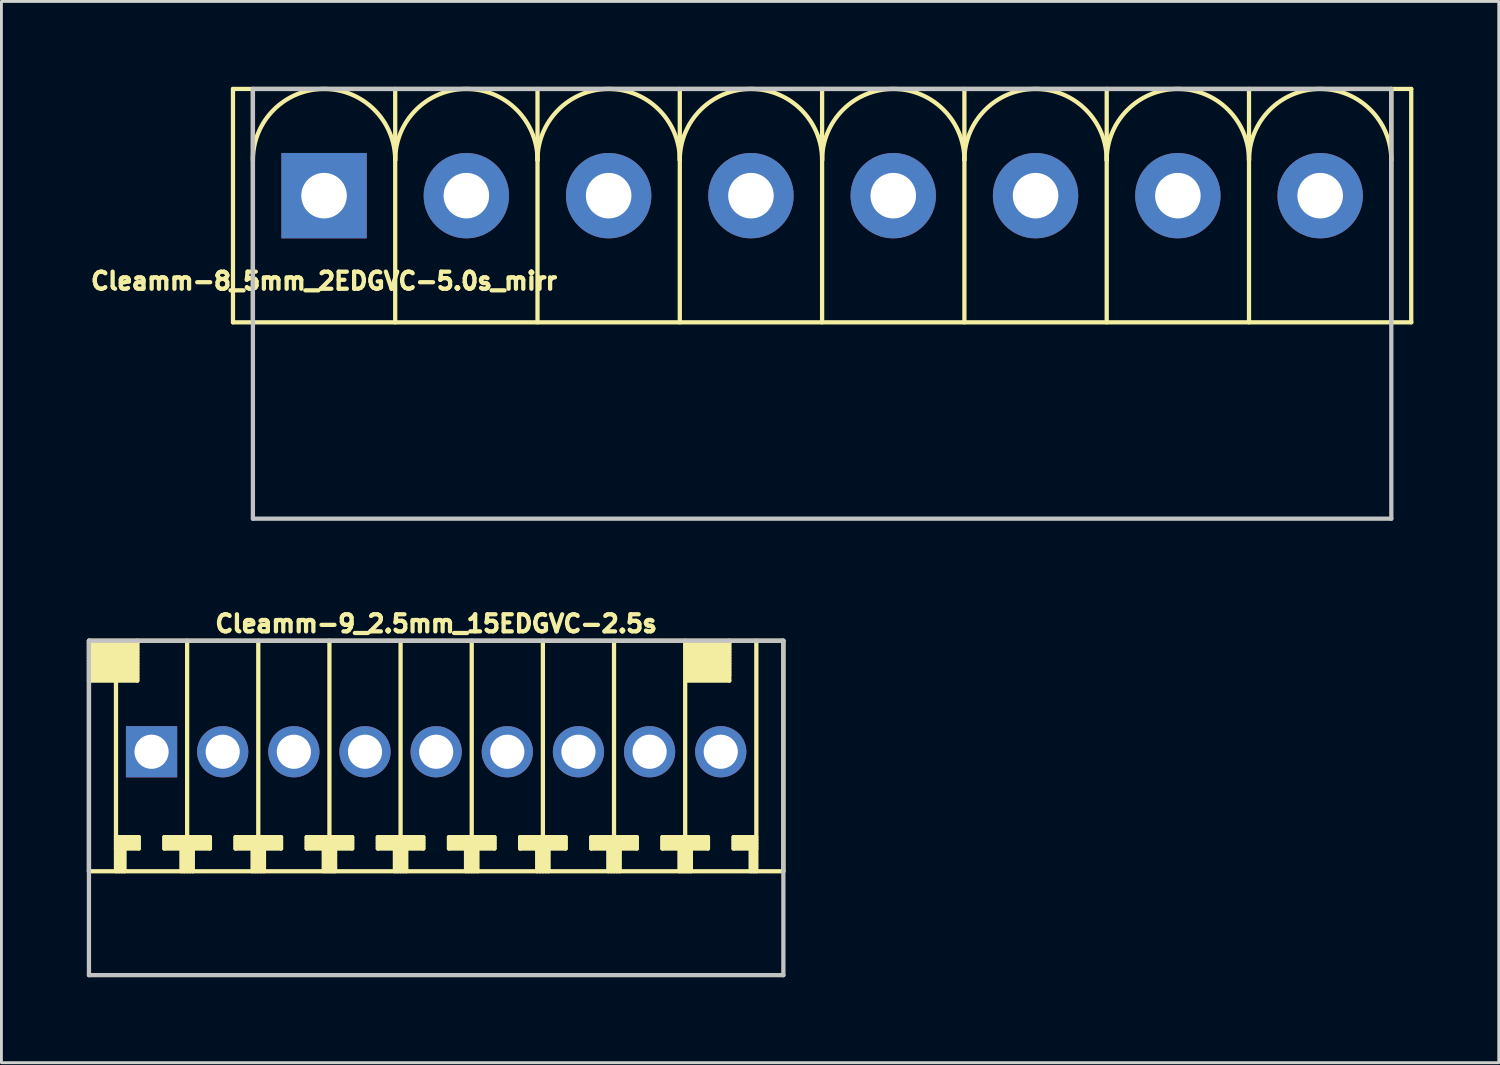
<source format=kicad_pcb>
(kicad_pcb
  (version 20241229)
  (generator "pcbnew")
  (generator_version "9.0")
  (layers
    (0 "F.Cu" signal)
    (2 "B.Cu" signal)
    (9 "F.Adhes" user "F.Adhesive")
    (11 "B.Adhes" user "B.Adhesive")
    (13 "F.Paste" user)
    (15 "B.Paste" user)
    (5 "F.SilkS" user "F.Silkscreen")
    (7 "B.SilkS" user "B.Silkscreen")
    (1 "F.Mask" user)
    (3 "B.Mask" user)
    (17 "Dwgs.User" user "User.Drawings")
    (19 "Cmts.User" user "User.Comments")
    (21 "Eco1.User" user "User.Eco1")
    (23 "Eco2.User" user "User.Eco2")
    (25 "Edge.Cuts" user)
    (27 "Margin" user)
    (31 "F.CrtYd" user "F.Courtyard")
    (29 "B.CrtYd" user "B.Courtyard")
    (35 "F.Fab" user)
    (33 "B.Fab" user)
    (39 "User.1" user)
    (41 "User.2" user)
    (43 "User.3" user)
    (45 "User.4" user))
  (footprint "Cleamm-8_5mm_2EDGVC-5.0s_mirr"
    (layer "F.Cu")
    (at 25.836 3.825)
    (property "Reference" "Cleamm-8_5mm_2EDGVC-5.0s_mirr" (at -17.5 3 0) (layer "F.SilkS") (effects (font (size 0.6 0.6) (thickness 0.15))))
    (attr through_hole)
    (fp_line (start -20.7 -3.75) (end -20.7 4.45) (stroke (width 0.15) (type solid)) (layer "F.SilkS"))
    (fp_line (start -20 4.45) (end -20 -3.75) (stroke (width 0.15) (type solid)) (layer "F.SilkS"))
    (fp_line (start -15 -3.75) (end -15 4.45) (stroke (width 0.15) (type solid)) (layer "F.SilkS"))
    (fp_line (start -10 -3.75) (end -10 4.45) (stroke (width 0.15) (type solid)) (layer "F.SilkS"))
    (fp_line (start -5 4.45) (end -5 -3.75) (stroke (width 0.15) (type solid)) (layer "F.SilkS"))
    (fp_line (start 0 -3.75) (end 0 4.45) (stroke (width 0.15) (type solid)) (layer "F.SilkS"))
    (fp_line (start 5 4.45) (end 5 -3.75) (stroke (width 0.15) (type solid)) (layer "F.SilkS"))
    (fp_line (start 10 4.45) (end 10 -3.75) (stroke (width 0.15) (type solid)) (layer "F.SilkS"))
    (fp_line (start 15 4.45) (end 15 -3.75) (stroke (width 0.15) (type solid)) (layer "F.SilkS"))
    (fp_line (start 20 4.45) (end 20 -3.75) (stroke (width 0.15) (type solid)) (layer "F.SilkS"))
    (fp_line (start 20.7 -3.75) (end -20.7 -3.75) (stroke (width 0.15) (type solid)) (layer "F.SilkS"))
    (fp_line (start 20.7 -3.75) (end 20.7 4.45) (stroke (width 0.15) (type solid)) (layer "F.SilkS"))
    (fp_line (start 20.7 4.45) (end -20.7 4.45) (stroke (width 0.15) (type solid)) (layer "F.SilkS"))
    (fp_arc (start -20 -1.25) (mid -17.5 -3.75) (end -15 -1.25) (stroke (width 0.15) (type solid)) (layer "F.SilkS"))
    (fp_arc (start -15 -1.25) (mid -12.5 -3.75) (end -10 -1.25) (stroke (width 0.15) (type solid)) (layer "F.SilkS"))
    (fp_arc (start -10 -1.25) (mid -7.5 -3.75) (end -5 -1.25) (stroke (width 0.15) (type solid)) (layer "F.SilkS"))
    (fp_arc (start -5 -1.25) (mid -2.5 -3.75) (end 0 -1.25) (stroke (width 0.15) (type solid)) (layer "F.SilkS"))
    (fp_arc (start 0 -1.25) (mid 2.5 -3.75) (end 5 -1.25) (stroke (width 0.15) (type solid)) (layer "F.SilkS"))
    (fp_arc (start 5 -1.25) (mid 7.5 -3.75) (end 10 -1.25) (stroke (width 0.15) (type solid)) (layer "F.SilkS"))
    (fp_arc (start 10 -1.25) (mid 12.5 -3.75) (end 15 -1.25) (stroke (width 0.15) (type solid)) (layer "F.SilkS"))
    (fp_arc (start 15 -1.25) (mid 17.5 -3.75) (end 20 -1.25) (stroke (width 0.15) (type solid)) (layer "F.SilkS"))
    (fp_line (start -20 -3.75) (end -20 11.35) (stroke (width 0.15) (type solid)) (layer "Dwgs.User"))
    (fp_line (start -20 -3.75) (end 20 -3.75) (stroke (width 0.15) (type solid)) (layer "Dwgs.User"))
    (fp_line (start 20 11.35) (end -20 11.35) (stroke (width 0.15) (type solid)) (layer "Dwgs.User"))
    (fp_line (start 20 11.35) (end 20 -3.75) (stroke (width 0.15) (type solid)) (layer "Dwgs.User"))
    (pad "1" thru_hole rect (at -17.5 0) (size 3 3) (drill 1.6) (layers "*.Cu" "*.Mask"))
    (pad "2" thru_hole circle (at -12.5 0) (size 3 3) (drill 1.6) (layers "*.Cu" "*.Mask"))
    (pad "3" thru_hole circle (at -7.5 0) (size 3 3) (drill 1.6) (layers "*.Cu" "*.Mask"))
    (pad "4" thru_hole circle (at -2.5 0) (size 3 3) (drill 1.6) (layers "*.Cu" "*.Mask"))
    (pad "5" thru_hole circle (at 2.5 0) (size 3 3) (drill 1.6) (layers "*.Cu" "*.Mask"))
    (pad "6" thru_hole circle (at 7.5 0) (size 3 3) (drill 1.6) (layers "*.Cu" "*.Mask"))
    (pad "7" thru_hole circle (at 12.5 0) (size 3 3) (drill 1.6) (layers "*.Cu" "*.Mask"))
    (pad "8" thru_hole circle (at 17.5 0) (size 3 3) (drill 1.6) (layers "*.Cu" "*.Mask")))
  (footprint "Cleamm-9_2.5mm_15EDGVC-2.5s"
    (layer "F.Cu")
    (at 12.275 23.364)
    (property "Reference" "Cleamm-9_2.5mm_15EDGVC-2.5s" (at 0 -4.5 0) (layer "F.SilkS") (effects (font (size 0.6 0.6) (thickness 0.15))))
    (attr through_hole)
    (fp_line (start -12.2 -3.9) (end -12.2 4.2) (stroke (width 0.15) (type solid)) (layer "F.SilkS"))
    (fp_line (start -12.2 -3.8) (end -10.5 -3.8) (stroke (width 0.15) (type solid)) (layer "F.SilkS"))
    (fp_line (start -12.2 -3.6) (end -10.5 -3.6) (stroke (width 0.15) (type solid)) (layer "F.SilkS"))
    (fp_line (start -12.2 -3.4) (end -10.5 -3.4) (stroke (width 0.15) (type solid)) (layer "F.SilkS"))
    (fp_line (start -12.2 -3.2) (end -10.5 -3.2) (stroke (width 0.15) (type solid)) (layer "F.SilkS"))
    (fp_line (start -12.2 -3) (end -10.5 -3) (stroke (width 0.15) (type solid)) (layer "F.SilkS"))
    (fp_line (start -12.2 -2.8) (end -10.5 -2.8) (stroke (width 0.15) (type solid)) (layer "F.SilkS"))
    (fp_line (start -12.2 -2.5) (end -10.5 -2.5) (stroke (width 0.15) (type solid)) (layer "F.SilkS"))
    (fp_line (start -11.25 -2.5) (end -11.25 4.2) (stroke (width 0.15) (type solid)) (layer "F.SilkS"))
    (fp_line (start -11.25 3.2) (end -10.45 3.2) (stroke (width 0.15) (type solid)) (layer "F.SilkS"))
    (fp_line (start -11.25 3.3) (end -10.45 3.3) (stroke (width 0.15) (type solid)) (layer "F.SilkS"))
    (fp_line (start -11.25 3.4) (end -10.45 3.4) (stroke (width 0.15) (type solid)) (layer "F.SilkS"))
    (fp_line (start -11.15 4.2) (end -11.15 3.4) (stroke (width 0.15) (type solid)) (layer "F.SilkS"))
    (fp_line (start -11.05 3.4) (end -11.05 4.2) (stroke (width 0.15) (type solid)) (layer "F.SilkS"))
    (fp_line (start -10.95 4.2) (end -10.95 3.4) (stroke (width 0.15) (type solid)) (layer "F.SilkS"))
    (fp_line (start -10.5 -3.7) (end -12.2 -3.7) (stroke (width 0.15) (type solid)) (layer "F.SilkS"))
    (fp_line (start -10.5 -3.5) (end -12.2 -3.5) (stroke (width 0.15) (type solid)) (layer "F.SilkS"))
    (fp_line (start -10.5 -3.3) (end -12.2 -3.3) (stroke (width 0.15) (type solid)) (layer "F.SilkS"))
    (fp_line (start -10.5 -3.1) (end -12.2 -3.1) (stroke (width 0.15) (type solid)) (layer "F.SilkS"))
    (fp_line (start -10.5 -2.9) (end -12.2 -2.9) (stroke (width 0.15) (type solid)) (layer "F.SilkS"))
    (fp_line (start -10.5 -2.7) (end -12.2 -2.7) (stroke (width 0.15) (type solid)) (layer "F.SilkS"))
    (fp_line (start -10.5 -2.6) (end -12.2 -2.6) (stroke (width 0.15) (type solid)) (layer "F.SilkS"))
    (fp_line (start -10.5 -2.5) (end -10.5 -3.9) (stroke (width 0.15) (type solid)) (layer "F.SilkS"))
    (fp_line (start -10.45 3) (end -11.25 3) (stroke (width 0.15) (type solid)) (layer "F.SilkS"))
    (fp_line (start -10.45 3.1) (end -11.25 3.1) (stroke (width 0.15) (type solid)) (layer "F.SilkS"))
    (fp_line (start -10.45 3.4) (end -10.45 3) (stroke (width 0.15) (type solid)) (layer "F.SilkS"))
    (fp_line (start -9.55 3) (end -9.55 3.4) (stroke (width 0.15) (type solid)) (layer "F.SilkS"))
    (fp_line (start -9.55 3.2) (end -7.95 3.2) (stroke (width 0.15) (type solid)) (layer "F.SilkS"))
    (fp_line (start -9.55 3.4) (end -8.95 3.4) (stroke (width 0.15) (type solid)) (layer "F.SilkS"))
    (fp_line (start -8.95 4.2) (end -8.95 3.4) (stroke (width 0.15) (type solid)) (layer "F.SilkS"))
    (fp_line (start -8.85 4.2) (end -8.85 3.4) (stroke (width 0.15) (type solid)) (layer "F.SilkS"))
    (fp_line (start -8.75 4.2) (end -8.75 -3.9) (stroke (width 0.15) (type solid)) (layer "F.SilkS"))
    (fp_line (start -8.65 4.2) (end -8.65 3.4) (stroke (width 0.15) (type solid)) (layer "F.SilkS"))
    (fp_line (start -8.55 3.4) (end -7.95 3.4) (stroke (width 0.15) (type solid)) (layer "F.SilkS"))
    (fp_line (start -8.55 4.2) (end -8.55 3.4) (stroke (width 0.15) (type solid)) (layer "F.SilkS"))
    (fp_line (start -7.95 3) (end -9.55 3) (stroke (width 0.15) (type solid)) (layer "F.SilkS"))
    (fp_line (start -7.95 3.1) (end -9.55 3.1) (stroke (width 0.15) (type solid)) (layer "F.SilkS"))
    (fp_line (start -7.95 3.3) (end -9.55 3.3) (stroke (width 0.15) (type solid)) (layer "F.SilkS"))
    (fp_line (start -7.95 3.4) (end -7.95 3) (stroke (width 0.15) (type solid)) (layer "F.SilkS"))
    (fp_line (start -7.05 3) (end -7.05 3.4) (stroke (width 0.15) (type solid)) (layer "F.SilkS"))
    (fp_line (start -7.05 3.2) (end -5.45 3.2) (stroke (width 0.15) (type solid)) (layer "F.SilkS"))
    (fp_line (start -7.05 3.4) (end -6.45 3.4) (stroke (width 0.15) (type solid)) (layer "F.SilkS"))
    (fp_line (start -6.45 4.2) (end -6.45 3.4) (stroke (width 0.15) (type solid)) (layer "F.SilkS"))
    (fp_line (start -6.35 4.2) (end -6.35 3.4) (stroke (width 0.15) (type solid)) (layer "F.SilkS"))
    (fp_line (start -6.25 -3.9) (end -6.25 4.2) (stroke (width 0.15) (type solid)) (layer "F.SilkS"))
    (fp_line (start -6.15 4.2) (end -6.15 3.4) (stroke (width 0.15) (type solid)) (layer "F.SilkS"))
    (fp_line (start -6.05 3.4) (end -5.45 3.4) (stroke (width 0.15) (type solid)) (layer "F.SilkS"))
    (fp_line (start -6.05 4.2) (end -6.05 3.4) (stroke (width 0.15) (type solid)) (layer "F.SilkS"))
    (fp_line (start -5.45 3) (end -7.05 3) (stroke (width 0.15) (type solid)) (layer "F.SilkS"))
    (fp_line (start -5.45 3.1) (end -7.05 3.1) (stroke (width 0.15) (type solid)) (layer "F.SilkS"))
    (fp_line (start -5.45 3.3) (end -7.05 3.3) (stroke (width 0.15) (type solid)) (layer "F.SilkS"))
    (fp_line (start -5.45 3.4) (end -5.45 3) (stroke (width 0.15) (type solid)) (layer "F.SilkS"))
    (fp_line (start -4.55 3) (end -4.55 3.4) (stroke (width 0.15) (type solid)) (layer "F.SilkS"))
    (fp_line (start -4.55 3.2) (end -2.95 3.2) (stroke (width 0.15) (type solid)) (layer "F.SilkS"))
    (fp_line (start -4.55 3.4) (end -3.95 3.4) (stroke (width 0.15) (type solid)) (layer "F.SilkS"))
    (fp_line (start -3.95 4.2) (end -3.95 3.4) (stroke (width 0.15) (type solid)) (layer "F.SilkS"))
    (fp_line (start -3.85 4.2) (end -3.85 3.4) (stroke (width 0.15) (type solid)) (layer "F.SilkS"))
    (fp_line (start -3.75 -3.9) (end -3.75 4.2) (stroke (width 0.15) (type solid)) (layer "F.SilkS"))
    (fp_line (start -3.65 4.2) (end -3.65 3.4) (stroke (width 0.15) (type solid)) (layer "F.SilkS"))
    (fp_line (start -3.55 3.4) (end -2.95 3.4) (stroke (width 0.15) (type solid)) (layer "F.SilkS"))
    (fp_line (start -3.55 4.2) (end -3.55 3.4) (stroke (width 0.15) (type solid)) (layer "F.SilkS"))
    (fp_line (start -2.95 3) (end -4.55 3) (stroke (width 0.15) (type solid)) (layer "F.SilkS"))
    (fp_line (start -2.95 3.1) (end -4.55 3.1) (stroke (width 0.15) (type solid)) (layer "F.SilkS"))
    (fp_line (start -2.95 3.3) (end -4.55 3.3) (stroke (width 0.15) (type solid)) (layer "F.SilkS"))
    (fp_line (start -2.95 3.4) (end -2.95 3) (stroke (width 0.15) (type solid)) (layer "F.SilkS"))
    (fp_line (start -2.05 3) (end -2.05 3.4) (stroke (width 0.15) (type solid)) (layer "F.SilkS"))
    (fp_line (start -2.05 3.2) (end -0.45 3.2) (stroke (width 0.15) (type solid)) (layer "F.SilkS"))
    (fp_line (start -2.05 3.4) (end -1.45 3.4) (stroke (width 0.15) (type solid)) (layer "F.SilkS"))
    (fp_line (start -1.45 4.2) (end -1.45 3.4) (stroke (width 0.15) (type solid)) (layer "F.SilkS"))
    (fp_line (start -1.35 4.2) (end -1.35 3.4) (stroke (width 0.15) (type solid)) (layer "F.SilkS"))
    (fp_line (start -1.25 4.2) (end -1.25 -3.9) (stroke (width 0.15) (type solid)) (layer "F.SilkS"))
    (fp_line (start -1.15 4.2) (end -1.15 3.4) (stroke (width 0.15) (type solid)) (layer "F.SilkS"))
    (fp_line (start -1.05 3.4) (end -0.45 3.4) (stroke (width 0.15) (type solid)) (layer "F.SilkS"))
    (fp_line (start -1.05 4.2) (end -1.05 3.4) (stroke (width 0.15) (type solid)) (layer "F.SilkS"))
    (fp_line (start -0.45 3) (end -2.05 3) (stroke (width 0.15) (type solid)) (layer "F.SilkS"))
    (fp_line (start -0.45 3.1) (end -2.05 3.1) (stroke (width 0.15) (type solid)) (layer "F.SilkS"))
    (fp_line (start -0.45 3.3) (end -2.05 3.3) (stroke (width 0.15) (type solid)) (layer "F.SilkS"))
    (fp_line (start -0.45 3.4) (end -0.45 3) (stroke (width 0.15) (type solid)) (layer "F.SilkS"))
    (fp_line (start 0.45 3) (end 0.45 3.4) (stroke (width 0.15) (type solid)) (layer "F.SilkS"))
    (fp_line (start 0.45 3.2) (end 2.05 3.2) (stroke (width 0.15) (type solid)) (layer "F.SilkS"))
    (fp_line (start 0.45 3.4) (end 1.05 3.4) (stroke (width 0.15) (type solid)) (layer "F.SilkS"))
    (fp_line (start 1.05 4.2) (end 1.05 3.4) (stroke (width 0.15) (type solid)) (layer "F.SilkS"))
    (fp_line (start 1.15 4.2) (end 1.15 3.4) (stroke (width 0.15) (type solid)) (layer "F.SilkS"))
    (fp_line (start 1.25 4.2) (end 1.25 -3.9) (stroke (width 0.15) (type solid)) (layer "F.SilkS"))
    (fp_line (start 1.35 4.2) (end 1.35 3.4) (stroke (width 0.15) (type solid)) (layer "F.SilkS"))
    (fp_line (start 1.45 3.4) (end 2.05 3.4) (stroke (width 0.15) (type solid)) (layer "F.SilkS"))
    (fp_line (start 1.45 4.2) (end 1.45 3.4) (stroke (width 0.15) (type solid)) (layer "F.SilkS"))
    (fp_line (start 2.05 3) (end 0.45 3) (stroke (width 0.15) (type solid)) (layer "F.SilkS"))
    (fp_line (start 2.05 3.1) (end 0.45 3.1) (stroke (width 0.15) (type solid)) (layer "F.SilkS"))
    (fp_line (start 2.05 3.3) (end 0.45 3.3) (stroke (width 0.15) (type solid)) (layer "F.SilkS"))
    (fp_line (start 2.05 3.4) (end 2.05 3) (stroke (width 0.15) (type solid)) (layer "F.SilkS"))
    (fp_line (start 2.95 3) (end 2.95 3.4) (stroke (width 0.15) (type solid)) (layer "F.SilkS"))
    (fp_line (start 2.95 3.2) (end 4.55 3.2) (stroke (width 0.15) (type solid)) (layer "F.SilkS"))
    (fp_line (start 2.95 3.4) (end 3.55 3.4) (stroke (width 0.15) (type solid)) (layer "F.SilkS"))
    (fp_line (start 3.55 4.2) (end 3.55 3.4) (stroke (width 0.15) (type solid)) (layer "F.SilkS"))
    (fp_line (start 3.65 4.2) (end 3.65 3.4) (stroke (width 0.15) (type solid)) (layer "F.SilkS"))
    (fp_line (start 3.75 4.2) (end 3.75 -3.9) (stroke (width 0.15) (type solid)) (layer "F.SilkS"))
    (fp_line (start 3.85 4.2) (end 3.85 3.4) (stroke (width 0.15) (type solid)) (layer "F.SilkS"))
    (fp_line (start 3.95 3.4) (end 4.55 3.4) (stroke (width 0.15) (type solid)) (layer "F.SilkS"))
    (fp_line (start 3.95 4.2) (end 3.95 3.4) (stroke (width 0.15) (type solid)) (layer "F.SilkS"))
    (fp_line (start 4.55 3) (end 2.95 3) (stroke (width 0.15) (type solid)) (layer "F.SilkS"))
    (fp_line (start 4.55 3.1) (end 2.95 3.1) (stroke (width 0.15) (type solid)) (layer "F.SilkS"))
    (fp_line (start 4.55 3.3) (end 2.95 3.3) (stroke (width 0.15) (type solid)) (layer "F.SilkS"))
    (fp_line (start 4.55 3.4) (end 4.55 3) (stroke (width 0.15) (type solid)) (layer "F.SilkS"))
    (fp_line (start 5.45 3) (end 5.45 3.4) (stroke (width 0.15) (type solid)) (layer "F.SilkS"))
    (fp_line (start 5.45 3.2) (end 7.05 3.2) (stroke (width 0.15) (type solid)) (layer "F.SilkS"))
    (fp_line (start 5.45 3.4) (end 6.05 3.4) (stroke (width 0.15) (type solid)) (layer "F.SilkS"))
    (fp_line (start 6.05 4.2) (end 6.05 3.4) (stroke (width 0.15) (type solid)) (layer "F.SilkS"))
    (fp_line (start 6.15 4.2) (end 6.15 3.4) (stroke (width 0.15) (type solid)) (layer "F.SilkS"))
    (fp_line (start 6.25 4.2) (end 6.25 -3.9) (stroke (width 0.15) (type solid)) (layer "F.SilkS"))
    (fp_line (start 6.35 4.2) (end 6.35 3.4) (stroke (width 0.15) (type solid)) (layer "F.SilkS"))
    (fp_line (start 6.45 3.4) (end 7.05 3.4) (stroke (width 0.15) (type solid)) (layer "F.SilkS"))
    (fp_line (start 6.45 4.2) (end 6.45 3.4) (stroke (width 0.15) (type solid)) (layer "F.SilkS"))
    (fp_line (start 7.05 3) (end 5.45 3) (stroke (width 0.15) (type solid)) (layer "F.SilkS"))
    (fp_line (start 7.05 3.1) (end 5.45 3.1) (stroke (width 0.15) (type solid)) (layer "F.SilkS"))
    (fp_line (start 7.05 3.3) (end 5.45 3.3) (stroke (width 0.15) (type solid)) (layer "F.SilkS"))
    (fp_line (start 7.05 3.4) (end 7.05 3) (stroke (width 0.15) (type solid)) (layer "F.SilkS"))
    (fp_line (start 7.95 3) (end 7.95 3.4) (stroke (width 0.15) (type solid)) (layer "F.SilkS"))
    (fp_line (start 7.95 3.2) (end 9.55 3.2) (stroke (width 0.15) (type solid)) (layer "F.SilkS"))
    (fp_line (start 7.95 3.4) (end 8.55 3.4) (stroke (width 0.15) (type solid)) (layer "F.SilkS"))
    (fp_line (start 8.55 4.2) (end 8.55 3.4) (stroke (width 0.15) (type solid)) (layer "F.SilkS"))
    (fp_line (start 8.65 4.2) (end 8.65 3.4) (stroke (width 0.15) (type solid)) (layer "F.SilkS"))
    (fp_line (start 8.75 4.2) (end 8.75 -3.9) (stroke (width 0.15) (type solid)) (layer "F.SilkS"))
    (fp_line (start 8.8 -3.7) (end 10.3 -3.7) (stroke (width 0.15) (type solid)) (layer "F.SilkS"))
    (fp_line (start 8.8 -3.6) (end 10.3 -3.6) (stroke (width 0.15) (type solid)) (layer "F.SilkS"))
    (fp_line (start 8.8 -3.4) (end 10.3 -3.4) (stroke (width 0.15) (type solid)) (layer "F.SilkS"))
    (fp_line (start 8.8 -3.3) (end 10.3 -3.3) (stroke (width 0.15) (type solid)) (layer "F.SilkS"))
    (fp_line (start 8.8 -3.1) (end 10.3 -3.1) (stroke (width 0.15) (type solid)) (layer "F.SilkS"))
    (fp_line (start 8.8 -2.8) (end 10.3 -2.8) (stroke (width 0.15) (type solid)) (layer "F.SilkS"))
    (fp_line (start 8.8 -2.7) (end 10.3 -2.7) (stroke (width 0.15) (type solid)) (layer "F.SilkS"))
    (fp_line (start 8.85 4.2) (end 8.85 3.4) (stroke (width 0.15) (type solid)) (layer "F.SilkS"))
    (fp_line (start 8.95 3.4) (end 9.55 3.4) (stroke (width 0.15) (type solid)) (layer "F.SilkS"))
    (fp_line (start 8.95 4.2) (end 8.95 3.4) (stroke (width 0.15) (type solid)) (layer "F.SilkS"))
    (fp_line (start 9.55 3) (end 7.95 3) (stroke (width 0.15) (type solid)) (layer "F.SilkS"))
    (fp_line (start 9.55 3.1) (end 7.95 3.1) (stroke (width 0.15) (type solid)) (layer "F.SilkS"))
    (fp_line (start 9.55 3.3) (end 7.95 3.3) (stroke (width 0.15) (type solid)) (layer "F.SilkS"))
    (fp_line (start 9.55 3.4) (end 9.55 3) (stroke (width 0.15) (type solid)) (layer "F.SilkS"))
    (fp_line (start 10.2 -2.6) (end 8.8 -2.6) (stroke (width 0.15) (type solid)) (layer "F.SilkS"))
    (fp_line (start 10.3 -3.8) (end 8.8 -3.8) (stroke (width 0.15) (type solid)) (layer "F.SilkS"))
    (fp_line (start 10.3 -3.5) (end 8.8 -3.5) (stroke (width 0.15) (type solid)) (layer "F.SilkS"))
    (fp_line (start 10.3 -3.2) (end 8.8 -3.2) (stroke (width 0.15) (type solid)) (layer "F.SilkS"))
    (fp_line (start 10.3 -3) (end 8.8 -3) (stroke (width 0.15) (type solid)) (layer "F.SilkS"))
    (fp_line (start 10.3 -2.9) (end 8.8 -2.9) (stroke (width 0.15) (type solid)) (layer "F.SilkS"))
    (fp_line (start 10.3 -2.5) (end 8.8 -2.5) (stroke (width 0.15) (type solid)) (layer "F.SilkS"))
    (fp_line (start 10.3 -2.5) (end 10.3 -3.9) (stroke (width 0.15) (type solid)) (layer "F.SilkS"))
    (fp_line (start 10.45 3) (end 11.25 3) (stroke (width 0.15) (type solid)) (layer "F.SilkS"))
    (fp_line (start 10.45 3.1) (end 11.25 3.1) (stroke (width 0.15) (type solid)) (layer "F.SilkS"))
    (fp_line (start 10.45 3.4) (end 10.45 3) (stroke (width 0.15) (type solid)) (layer "F.SilkS"))
    (fp_line (start 11.05 4.2) (end 11.05 3.4) (stroke (width 0.15) (type solid)) (layer "F.SilkS"))
    (fp_line (start 11.15 4.2) (end 11.15 3.4) (stroke (width 0.15) (type solid)) (layer "F.SilkS"))
    (fp_line (start 11.25 3.2) (end 10.45 3.2) (stroke (width 0.15) (type solid)) (layer "F.SilkS"))
    (fp_line (start 11.25 3.3) (end 10.45 3.3) (stroke (width 0.15) (type solid)) (layer "F.SilkS"))
    (fp_line (start 11.25 3.4) (end 10.45 3.4) (stroke (width 0.15) (type solid)) (layer "F.SilkS"))
    (fp_line (start 11.25 4.2) (end 11.25 -3.9) (stroke (width 0.15) (type solid)) (layer "F.SilkS"))
    (fp_line (start 12.2 -3.9) (end -12.2 -3.9) (stroke (width 0.15) (type solid)) (layer "F.SilkS"))
    (fp_line (start 12.2 -3.9) (end 12.2 4.2) (stroke (width 0.15) (type solid)) (layer "F.SilkS"))
    (fp_line (start 12.2 4.2) (end -12.2 4.2) (stroke (width 0.15) (type solid)) (layer "F.SilkS"))
    (fp_line (start -12.2 -3.9) (end -12.2 7.85) (stroke (width 0.15) (type solid)) (layer "Dwgs.User"))
    (fp_line (start -12.2 -3.9) (end 12.2 -3.9) (stroke (width 0.15) (type solid)) (layer "Dwgs.User"))
    (fp_line (start 12.2 7.85) (end -12.2 7.85) (stroke (width 0.15) (type solid)) (layer "Dwgs.User"))
    (fp_line (start 12.2 7.85) (end 12.2 -3.9) (stroke (width 0.15) (type solid)) (layer "Dwgs.User"))
    (pad "1" thru_hole rect (at -10 0) (size 1.8 1.8) (drill 1.2) (layers "*.Cu" "*.Mask"))
    (pad "2" thru_hole circle (at -7.5 0) (size 1.8 1.8) (drill 1.2) (layers "*.Cu" "*.Mask"))
    (pad "3" thru_hole circle (at -5 0) (size 1.8 1.8) (drill 1.2) (layers "*.Cu" "*.Mask"))
    (pad "4" thru_hole circle (at -2.5 0) (size 1.8 1.8) (drill 1.2) (layers "*.Cu" "*.Mask"))
    (pad "5" thru_hole circle (at 0 0) (size 1.8 1.8) (drill 1.2) (layers "*.Cu" "*.Mask"))
    (pad "6" thru_hole circle (at 2.5 0) (size 1.8 1.8) (drill 1.2) (layers "*.Cu" "*.Mask"))
    (pad "7" thru_hole circle (at 5 0) (size 1.8 1.8) (drill 1.2) (layers "*.Cu" "*.Mask"))
    (pad "8" thru_hole circle (at 7.5 0) (size 1.8 1.8) (drill 1.2) (layers "*.Cu" "*.Mask"))
    (pad "9" thru_hole circle (at 10 0) (size 1.8 1.8) (drill 1.2) (layers "*.Cu" "*.Mask")))
  (gr_rect
    (start -3 -3)
    (end 49.611 34.289)
    (stroke (width 0.1) (type default))
    (fill no)
    (layer "Edge.Cuts")))
</source>
